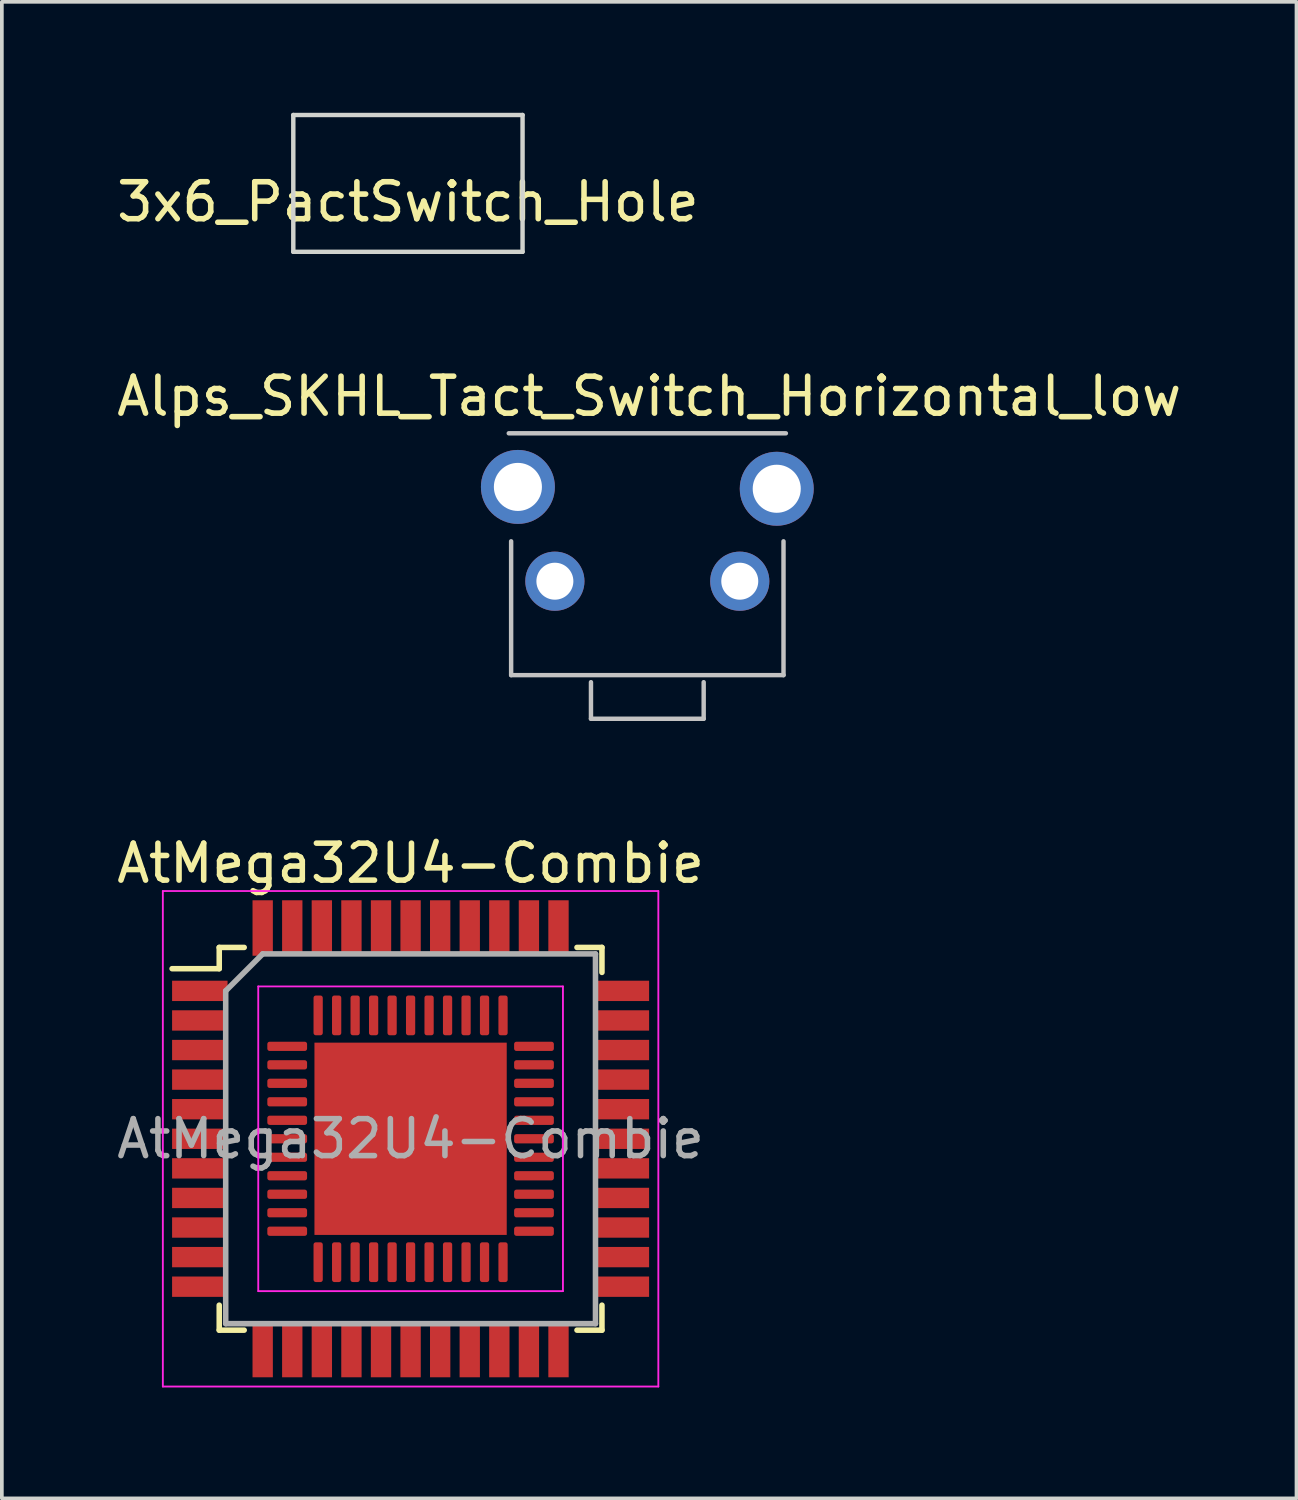
<source format=kicad_pcb>
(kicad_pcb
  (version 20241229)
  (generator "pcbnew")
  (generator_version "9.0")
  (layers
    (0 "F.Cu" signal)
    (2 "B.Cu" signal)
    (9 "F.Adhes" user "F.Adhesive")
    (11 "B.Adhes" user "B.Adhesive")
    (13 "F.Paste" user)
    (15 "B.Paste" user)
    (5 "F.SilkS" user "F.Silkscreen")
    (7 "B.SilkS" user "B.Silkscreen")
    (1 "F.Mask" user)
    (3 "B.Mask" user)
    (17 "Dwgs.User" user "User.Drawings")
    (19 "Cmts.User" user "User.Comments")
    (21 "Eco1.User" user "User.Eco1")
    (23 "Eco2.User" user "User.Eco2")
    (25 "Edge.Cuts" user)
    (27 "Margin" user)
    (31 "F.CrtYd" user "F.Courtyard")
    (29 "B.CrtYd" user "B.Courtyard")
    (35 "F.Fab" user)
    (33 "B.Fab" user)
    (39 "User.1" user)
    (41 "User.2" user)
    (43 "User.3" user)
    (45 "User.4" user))
  (footprint "3x6_PactSwitch_Hole"
    (layer "F.Cu")
    (at 7.982 1.91)
    (property "Reference" "3x6_PactSwitch_Hole" (at 0 0.5 0) (layer "F.SilkS") (effects (font (size 1 1) (thickness 0.15))))
    (attr through_hole)
    (fp_line (start -3.1 -1.85) (end 3.1 -1.85) (stroke (width 0.12) (type solid)) (layer "Edge.Cuts"))
    (fp_line (start -3.1 1.85) (end -3.1 -1.85) (stroke (width 0.12) (type solid)) (layer "Edge.Cuts"))
    (fp_line (start 3.1 -1.85) (end 3.1 1.85) (stroke (width 0.12) (type solid)) (layer "Edge.Cuts"))
    (fp_line (start 3.1 1.85) (end -3.1 1.85) (stroke (width 0.12) (type solid)) (layer "Edge.Cuts")))
  (footprint "Alps_SKHL_Tact_Switch_Horizontal_low"
    (layer "F.Cu")
    (at 14.456 12.668)
    (property "Reference" "Alps_SKHL_Tact_Switch_Horizontal_low" (at 0.05 -5 0) (layer "F.SilkS") (effects (font (size 1 1) (thickness 0.15))))
    (attr through_hole)
    (fp_line (start -3.747 -4) (end 3.747 -4) (stroke (width 0.12) (type solid)) (layer "Dwgs.User"))
    (fp_line (start -3.683 2.54) (end -3.683 -1.079) (stroke (width 0.12) (type solid)) (layer "Dwgs.User"))
    (fp_line (start -1.524 2.731) (end -1.524 3.72) (stroke (width 0.12) (type solid)) (layer "Dwgs.User"))
    (fp_line (start -1.524 3.72) (end 1.524 3.72) (stroke (width 0.12) (type solid)) (layer "Dwgs.User"))
    (fp_line (start 1.524 3.72) (end 1.524 2.731) (stroke (width 0.12) (type solid)) (layer "Dwgs.User"))
    (fp_line (start 3.683 -1.079) (end 3.683 2.54) (stroke (width 0.12) (type solid)) (layer "Dwgs.User"))
    (fp_line (start 3.683 2.54) (end -3.683 2.54) (stroke (width 0.12) (type solid)) (layer "Dwgs.User"))
    (pad "1" thru_hole circle (at 2.5 0) (size 1.6 1.6) (drill 1) (layers "*.Cu" "*.Mask"))
    (pad "2" thru_hole circle (at -2.5 0) (size 1.6 1.6) (drill 1) (layers "*.Cu" "*.Mask"))
    (pad "3" thru_hole circle (at 3.5 -2.5) (size 2 2) (drill 1.3) (layers "*.Cu" "*.Mask"))
    (pad "4" thru_hole circle (at -3.5 -2.55) (size 2 2) (drill 1.3) (layers "*.Cu" "*.Mask")))
  (footprint "AtMega32U4-Combie"
    (layer "F.Cu")
    (at 8.054 27.747)
    (property "Reference" "AtMega32U4-Combie" (at 0 -7.45 0) (layer "F.SilkS") (effects (font (size 1 1) (thickness 0.15))))
    (attr smd)
    (fp_line (start -5.175 -5.175) (end -5.175 -4.6) (stroke (width 0.15) (type solid)) (layer "F.SilkS"))
    (fp_line (start -5.175 -5.175) (end -4.5 -5.175) (stroke (width 0.15) (type solid)) (layer "F.SilkS"))
    (fp_line (start -5.175 -4.6) (end -6.45 -4.6) (stroke (width 0.15) (type solid)) (layer "F.SilkS"))
    (fp_line (start -5.175 5.175) (end -5.175 4.5) (stroke (width 0.15) (type solid)) (layer "F.SilkS"))
    (fp_line (start -5.175 5.175) (end -4.5 5.175) (stroke (width 0.15) (type solid)) (layer "F.SilkS"))
    (fp_line (start 5.175 -5.175) (end 4.5 -5.175) (stroke (width 0.15) (type solid)) (layer "F.SilkS"))
    (fp_line (start 5.175 -5.175) (end 5.175 -4.5) (stroke (width 0.15) (type solid)) (layer "F.SilkS"))
    (fp_line (start 5.175 5.175) (end 4.5 5.175) (stroke (width 0.15) (type solid)) (layer "F.SilkS"))
    (fp_line (start 5.175 5.175) (end 5.175 4.5) (stroke (width 0.15) (type solid)) (layer "F.SilkS"))
    (fp_line (start -6.7 -6.7) (end -6.7 6.7) (stroke (width 0.05) (type solid)) (layer "F.CrtYd"))
    (fp_line (start -6.7 -6.7) (end 6.7 -6.7) (stroke (width 0.05) (type solid)) (layer "F.CrtYd"))
    (fp_line (start -6.7 6.7) (end 6.7 6.7) (stroke (width 0.05) (type solid)) (layer "F.CrtYd"))
    (fp_line (start -4.12 -4.12) (end -4.12 4.12) (stroke (width 0.05) (type solid)) (layer "F.CrtYd"))
    (fp_line (start -4.12 4.12) (end 4.12 4.12) (stroke (width 0.05) (type solid)) (layer "F.CrtYd"))
    (fp_line (start 4.12 -4.12) (end -4.12 -4.12) (stroke (width 0.05) (type solid)) (layer "F.CrtYd"))
    (fp_line (start 4.12 4.12) (end 4.12 -4.12) (stroke (width 0.05) (type solid)) (layer "F.CrtYd"))
    (fp_line (start 6.7 -6.7) (end 6.7 6.7) (stroke (width 0.05) (type solid)) (layer "F.CrtYd"))
    (fp_line (start -5 -4) (end -4 -5) (stroke (width 0.15) (type solid)) (layer "F.Fab"))
    (fp_line (start -5 5) (end -5 -4) (stroke (width 0.15) (type solid)) (layer "F.Fab"))
    (fp_line (start -4 -5) (end 5 -5) (stroke (width 0.15) (type solid)) (layer "F.Fab"))
    (fp_line (start 5 -5) (end 5 5) (stroke (width 0.15) (type solid)) (layer "F.Fab"))
    (fp_line (start 5 5) (end -5 5) (stroke (width 0.15) (type solid)) (layer "F.Fab"))
    (fp_text user "${REFERENCE}" (at 0 0 0) (layer "F.Fab") (effects (font (size 1 1) (thickness 0.15))))
    (pad "" smd roundrect (at -1.95 -1.95) (size 1.05 1.05) (layers "F.Paste") (roundrect_rratio 0.238))
    (pad "" smd roundrect (at -1.95 -0.65) (size 1.05 1.05) (layers "F.Paste") (roundrect_rratio 0.238))
    (pad "" smd roundrect (at -1.95 0.65) (size 1.05 1.05) (layers "F.Paste") (roundrect_rratio 0.238))
    (pad "" smd roundrect (at -1.95 1.95) (size 1.05 1.05) (layers "F.Paste") (roundrect_rratio 0.238))
    (pad "" smd roundrect (at -0.65 -1.95) (size 1.05 1.05) (layers "F.Paste") (roundrect_rratio 0.238))
    (pad "" smd roundrect (at -0.65 -0.65) (size 1.05 1.05) (layers "F.Paste") (roundrect_rratio 0.238))
    (pad "" smd roundrect (at -0.65 0.65) (size 1.05 1.05) (layers "F.Paste") (roundrect_rratio 0.238))
    (pad "" smd roundrect (at -0.65 1.95) (size 1.05 1.05) (layers "F.Paste") (roundrect_rratio 0.238))
    (pad "" smd roundrect (at 0.65 -1.95) (size 1.05 1.05) (layers "F.Paste") (roundrect_rratio 0.238))
    (pad "" smd roundrect (at 0.65 -0.65) (size 1.05 1.05) (layers "F.Paste") (roundrect_rratio 0.238))
    (pad "" smd roundrect (at 0.65 0.65) (size 1.05 1.05) (layers "F.Paste") (roundrect_rratio 0.238))
    (pad "" smd roundrect (at 0.65 1.95) (size 1.05 1.05) (layers "F.Paste") (roundrect_rratio 0.238))
    (pad "" smd roundrect (at 1.95 -1.95) (size 1.05 1.05) (layers "F.Paste") (roundrect_rratio 0.238))
    (pad "" smd roundrect (at 1.95 -0.65) (size 1.05 1.05) (layers "F.Paste") (roundrect_rratio 0.238))
    (pad "" smd roundrect (at 1.95 0.65) (size 1.05 1.05) (layers "F.Paste") (roundrect_rratio 0.238))
    (pad "" smd roundrect (at 1.95 1.95) (size 1.05 1.05) (layers "F.Paste") (roundrect_rratio 0.238))
    (pad "1" smd rect (at -5.7 -4) (size 1.5 0.55) (layers "F.Cu" "F.Mask" "F.Paste"))
    (pad "1" smd roundrect (at -3.337 -2.5) (size 1.075 0.25) (layers "F.Cu" "F.Mask" "F.Paste") (roundrect_rratio 0.25))
    (pad "2" smd rect (at -5.7 -3.2) (size 1.5 0.55) (layers "F.Cu" "F.Mask" "F.Paste"))
    (pad "2" smd roundrect (at -3.337 -2) (size 1.075 0.25) (layers "F.Cu" "F.Mask" "F.Paste") (roundrect_rratio 0.25))
    (pad "3" smd rect (at -5.7 -2.4) (size 1.5 0.55) (layers "F.Cu" "F.Mask" "F.Paste"))
    (pad "3" smd roundrect (at -3.337 -1.5) (size 1.075 0.25) (layers "F.Cu" "F.Mask" "F.Paste") (roundrect_rratio 0.25))
    (pad "4" smd rect (at -5.7 -1.6) (size 1.5 0.55) (layers "F.Cu" "F.Mask" "F.Paste"))
    (pad "4" smd roundrect (at -3.337 -1) (size 1.075 0.25) (layers "F.Cu" "F.Mask" "F.Paste") (roundrect_rratio 0.25))
    (pad "5" smd rect (at -5.7 -0.8) (size 1.5 0.55) (layers "F.Cu" "F.Mask" "F.Paste"))
    (pad "5" smd roundrect (at -3.337 -0.5) (size 1.075 0.25) (layers "F.Cu" "F.Mask" "F.Paste") (roundrect_rratio 0.25))
    (pad "6" smd rect (at -5.7 0) (size 1.5 0.55) (layers "F.Cu" "F.Mask" "F.Paste"))
    (pad "6" smd roundrect (at -3.337 0) (size 1.075 0.25) (layers "F.Cu" "F.Mask" "F.Paste") (roundrect_rratio 0.25))
    (pad "7" smd rect (at -5.7 0.8) (size 1.5 0.55) (layers "F.Cu" "F.Mask" "F.Paste"))
    (pad "7" smd roundrect (at -3.337 0.5) (size 1.075 0.25) (layers "F.Cu" "F.Mask" "F.Paste") (roundrect_rratio 0.25))
    (pad "8" smd rect (at -5.7 1.6) (size 1.5 0.55) (layers "F.Cu" "F.Mask" "F.Paste"))
    (pad "8" smd roundrect (at -3.337 1) (size 1.075 0.25) (layers "F.Cu" "F.Mask" "F.Paste") (roundrect_rratio 0.25))
    (pad "9" smd rect (at -5.7 2.4) (size 1.5 0.55) (layers "F.Cu" "F.Mask" "F.Paste"))
    (pad "9" smd roundrect (at -3.337 1.5) (size 1.075 0.25) (layers "F.Cu" "F.Mask" "F.Paste") (roundrect_rratio 0.25))
    (pad "10" smd rect (at -5.7 3.2) (size 1.5 0.55) (layers "F.Cu" "F.Mask" "F.Paste"))
    (pad "10" smd roundrect (at -3.337 2) (size 1.075 0.25) (layers "F.Cu" "F.Mask" "F.Paste") (roundrect_rratio 0.25))
    (pad "11" smd rect (at -5.7 4) (size 1.5 0.55) (layers "F.Cu" "F.Mask" "F.Paste"))
    (pad "11" smd roundrect (at -3.337 2.5) (size 1.075 0.25) (layers "F.Cu" "F.Mask" "F.Paste") (roundrect_rratio 0.25))
    (pad "12" smd rect (at -4 5.7 90) (size 1.5 0.55) (layers "F.Cu" "F.Mask" "F.Paste"))
    (pad "12" smd roundrect (at -2.5 3.337) (size 0.25 1.075) (layers "F.Cu" "F.Mask" "F.Paste") (roundrect_rratio 0.25))
    (pad "13" smd rect (at -3.2 5.7 90) (size 1.5 0.55) (layers "F.Cu" "F.Mask" "F.Paste"))
    (pad "13" smd roundrect (at -2 3.337) (size 0.25 1.075) (layers "F.Cu" "F.Mask" "F.Paste") (roundrect_rratio 0.25))
    (pad "14" smd rect (at -2.4 5.7 90) (size 1.5 0.55) (layers "F.Cu" "F.Mask" "F.Paste"))
    (pad "14" smd roundrect (at -1.5 3.337) (size 0.25 1.075) (layers "F.Cu" "F.Mask" "F.Paste") (roundrect_rratio 0.25))
    (pad "15" smd rect (at -1.6 5.7 90) (size 1.5 0.55) (layers "F.Cu" "F.Mask" "F.Paste"))
    (pad "15" smd roundrect (at -1 3.337) (size 0.25 1.075) (layers "F.Cu" "F.Mask" "F.Paste") (roundrect_rratio 0.25))
    (pad "16" smd rect (at -0.8 5.7 90) (size 1.5 0.55) (layers "F.Cu" "F.Mask" "F.Paste"))
    (pad "16" smd roundrect (at -0.5 3.337) (size 0.25 1.075) (layers "F.Cu" "F.Mask" "F.Paste") (roundrect_rratio 0.25))
    (pad "17" smd roundrect (at 0 3.337) (size 0.25 1.075) (layers "F.Cu" "F.Mask" "F.Paste") (roundrect_rratio 0.25))
    (pad "17" smd rect (at 0 5.7 90) (size 1.5 0.55) (layers "F.Cu" "F.Mask" "F.Paste"))
    (pad "18" smd roundrect (at 0.5 3.337) (size 0.25 1.075) (layers "F.Cu" "F.Mask" "F.Paste") (roundrect_rratio 0.25))
    (pad "18" smd rect (at 0.8 5.7 90) (size 1.5 0.55) (layers "F.Cu" "F.Mask" "F.Paste"))
    (pad "19" smd roundrect (at 1 3.337) (size 0.25 1.075) (layers "F.Cu" "F.Mask" "F.Paste") (roundrect_rratio 0.25))
    (pad "19" smd rect (at 1.6 5.7 90) (size 1.5 0.55) (layers "F.Cu" "F.Mask" "F.Paste"))
    (pad "20" smd roundrect (at 1.5 3.337) (size 0.25 1.075) (layers "F.Cu" "F.Mask" "F.Paste") (roundrect_rratio 0.25))
    (pad "20" smd rect (at 2.4 5.7 90) (size 1.5 0.55) (layers "F.Cu" "F.Mask" "F.Paste"))
    (pad "21" smd roundrect (at 2 3.337) (size 0.25 1.075) (layers "F.Cu" "F.Mask" "F.Paste") (roundrect_rratio 0.25))
    (pad "21" smd rect (at 3.2 5.7 90) (size 1.5 0.55) (layers "F.Cu" "F.Mask" "F.Paste"))
    (pad "22" smd roundrect (at 2.5 3.337) (size 0.25 1.075) (layers "F.Cu" "F.Mask" "F.Paste") (roundrect_rratio 0.25))
    (pad "22" smd rect (at 4 5.7 90) (size 1.5 0.55) (layers "F.Cu" "F.Mask" "F.Paste"))
    (pad "23" smd roundrect (at 3.337 2.5) (size 1.075 0.25) (layers "F.Cu" "F.Mask" "F.Paste") (roundrect_rratio 0.25))
    (pad "23" smd rect (at 5.7 4) (size 1.5 0.55) (layers "F.Cu" "F.Mask" "F.Paste"))
    (pad "24" smd roundrect (at 3.337 2) (size 1.075 0.25) (layers "F.Cu" "F.Mask" "F.Paste") (roundrect_rratio 0.25))
    (pad "24" smd rect (at 5.7 3.2) (size 1.5 0.55) (layers "F.Cu" "F.Mask" "F.Paste"))
    (pad "25" smd roundrect (at 3.337 1.5) (size 1.075 0.25) (layers "F.Cu" "F.Mask" "F.Paste") (roundrect_rratio 0.25))
    (pad "25" smd rect (at 5.7 2.4) (size 1.5 0.55) (layers "F.Cu" "F.Mask" "F.Paste"))
    (pad "26" smd roundrect (at 3.337 1) (size 1.075 0.25) (layers "F.Cu" "F.Mask" "F.Paste") (roundrect_rratio 0.25))
    (pad "26" smd rect (at 5.7 1.6) (size 1.5 0.55) (layers "F.Cu" "F.Mask" "F.Paste"))
    (pad "27" smd roundrect (at 3.337 0.5) (size 1.075 0.25) (layers "F.Cu" "F.Mask" "F.Paste") (roundrect_rratio 0.25))
    (pad "27" smd rect (at 5.7 0.8) (size 1.5 0.55) (layers "F.Cu" "F.Mask" "F.Paste"))
    (pad "28" smd roundrect (at 3.337 0) (size 1.075 0.25) (layers "F.Cu" "F.Mask" "F.Paste") (roundrect_rratio 0.25))
    (pad "28" smd rect (at 5.7 0) (size 1.5 0.55) (layers "F.Cu" "F.Mask" "F.Paste"))
    (pad "29" smd roundrect (at 3.337 -0.5) (size 1.075 0.25) (layers "F.Cu" "F.Mask" "F.Paste") (roundrect_rratio 0.25))
    (pad "29" smd rect (at 5.7 -0.8) (size 1.5 0.55) (layers "F.Cu" "F.Mask" "F.Paste"))
    (pad "30" smd roundrect (at 3.337 -1) (size 1.075 0.25) (layers "F.Cu" "F.Mask" "F.Paste") (roundrect_rratio 0.25))
    (pad "30" smd rect (at 5.7 -1.6) (size 1.5 0.55) (layers "F.Cu" "F.Mask" "F.Paste"))
    (pad "31" smd roundrect (at 3.337 -1.5) (size 1.075 0.25) (layers "F.Cu" "F.Mask" "F.Paste") (roundrect_rratio 0.25))
    (pad "31" smd rect (at 5.7 -2.4) (size 1.5 0.55) (layers "F.Cu" "F.Mask" "F.Paste"))
    (pad "32" smd roundrect (at 3.337 -2) (size 1.075 0.25) (layers "F.Cu" "F.Mask" "F.Paste") (roundrect_rratio 0.25))
    (pad "32" smd rect (at 5.7 -3.2) (size 1.5 0.55) (layers "F.Cu" "F.Mask" "F.Paste"))
    (pad "33" smd roundrect (at 3.337 -2.5) (size 1.075 0.25) (layers "F.Cu" "F.Mask" "F.Paste") (roundrect_rratio 0.25))
    (pad "33" smd rect (at 5.7 -4) (size 1.5 0.55) (layers "F.Cu" "F.Mask" "F.Paste"))
    (pad "34" smd roundrect (at 2.5 -3.337) (size 0.25 1.075) (layers "F.Cu" "F.Mask" "F.Paste") (roundrect_rratio 0.25))
    (pad "34" smd rect (at 4 -5.7 90) (size 1.5 0.55) (layers "F.Cu" "F.Mask" "F.Paste"))
    (pad "35" smd roundrect (at 2 -3.337) (size 0.25 1.075) (layers "F.Cu" "F.Mask" "F.Paste") (roundrect_rratio 0.25))
    (pad "35" smd rect (at 3.2 -5.7 90) (size 1.5 0.55) (layers "F.Cu" "F.Mask" "F.Paste"))
    (pad "36" smd roundrect (at 1.5 -3.337) (size 0.25 1.075) (layers "F.Cu" "F.Mask" "F.Paste") (roundrect_rratio 0.25))
    (pad "36" smd rect (at 2.4 -5.7 90) (size 1.5 0.55) (layers "F.Cu" "F.Mask" "F.Paste"))
    (pad "37" smd roundrect (at 1 -3.337) (size 0.25 1.075) (layers "F.Cu" "F.Mask" "F.Paste") (roundrect_rratio 0.25))
    (pad "37" smd rect (at 1.6 -5.7 90) (size 1.5 0.55) (layers "F.Cu" "F.Mask" "F.Paste"))
    (pad "38" smd roundrect (at 0.5 -3.337) (size 0.25 1.075) (layers "F.Cu" "F.Mask" "F.Paste") (roundrect_rratio 0.25))
    (pad "38" smd rect (at 0.8 -5.7 90) (size 1.5 0.55) (layers "F.Cu" "F.Mask" "F.Paste"))
    (pad "39" smd rect (at 0 -5.7 90) (size 1.5 0.55) (layers "F.Cu" "F.Mask" "F.Paste"))
    (pad "39" smd roundrect (at 0 -3.337) (size 0.25 1.075) (layers "F.Cu" "F.Mask" "F.Paste") (roundrect_rratio 0.25))
    (pad "40" smd rect (at -0.8 -5.7 90) (size 1.5 0.55) (layers "F.Cu" "F.Mask" "F.Paste"))
    (pad "40" smd roundrect (at -0.5 -3.337) (size 0.25 1.075) (layers "F.Cu" "F.Mask" "F.Paste") (roundrect_rratio 0.25))
    (pad "41" smd rect (at -1.6 -5.7 90) (size 1.5 0.55) (layers "F.Cu" "F.Mask" "F.Paste"))
    (pad "41" smd roundrect (at -1 -3.337) (size 0.25 1.075) (layers "F.Cu" "F.Mask" "F.Paste") (roundrect_rratio 0.25))
    (pad "42" smd rect (at -2.4 -5.7 90) (size 1.5 0.55) (layers "F.Cu" "F.Mask" "F.Paste"))
    (pad "42" smd roundrect (at -1.5 -3.337) (size 0.25 1.075) (layers "F.Cu" "F.Mask" "F.Paste") (roundrect_rratio 0.25))
    (pad "43" smd rect (at -3.2 -5.7 90) (size 1.5 0.55) (layers "F.Cu" "F.Mask" "F.Paste"))
    (pad "43" smd roundrect (at -2 -3.337) (size 0.25 1.075) (layers "F.Cu" "F.Mask" "F.Paste") (roundrect_rratio 0.25))
    (pad "44" smd rect (at -4 -5.7 90) (size 1.5 0.55) (layers "F.Cu" "F.Mask" "F.Paste"))
    (pad "44" smd roundrect (at -2.5 -3.337) (size 0.25 1.075) (layers "F.Cu" "F.Mask" "F.Paste") (roundrect_rratio 0.25))
    (pad "45" smd rect (at 0 0) (size 5.2 5.2) (layers "F.Cu" "F.Mask")))
  (gr_rect
    (start -3 -3)
    (end 32.012 37.471)
    (stroke (width 0.1) (type default))
    (fill no)
    (layer "Edge.Cuts")))
</source>
